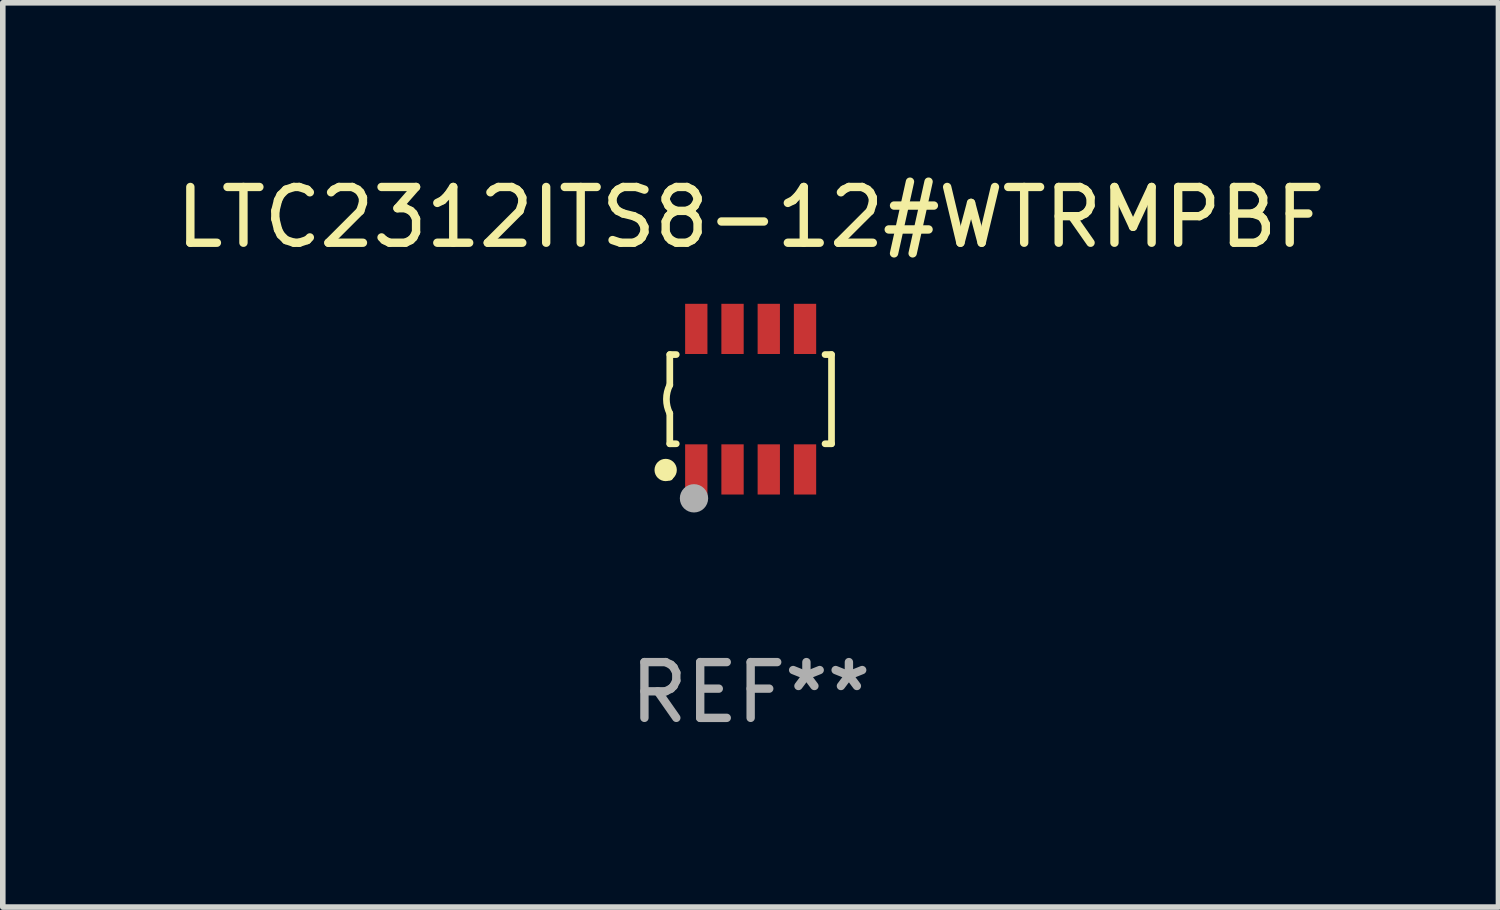
<source format=kicad_pcb>
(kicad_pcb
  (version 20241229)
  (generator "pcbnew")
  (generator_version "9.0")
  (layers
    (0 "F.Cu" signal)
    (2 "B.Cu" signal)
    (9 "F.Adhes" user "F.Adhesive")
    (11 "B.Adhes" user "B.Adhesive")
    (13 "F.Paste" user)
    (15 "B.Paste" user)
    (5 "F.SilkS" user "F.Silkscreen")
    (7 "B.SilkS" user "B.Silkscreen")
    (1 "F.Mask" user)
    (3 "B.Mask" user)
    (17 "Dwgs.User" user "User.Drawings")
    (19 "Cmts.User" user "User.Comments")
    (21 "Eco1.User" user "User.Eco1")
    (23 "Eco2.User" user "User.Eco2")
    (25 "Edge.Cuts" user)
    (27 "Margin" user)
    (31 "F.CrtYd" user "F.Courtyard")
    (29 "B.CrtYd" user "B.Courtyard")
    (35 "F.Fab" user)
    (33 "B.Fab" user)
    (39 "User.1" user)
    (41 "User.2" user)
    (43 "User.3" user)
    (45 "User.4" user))
  (footprint "LTC2312ITS8-12#WTRMPBF"
    (layer "F.Cu")
    (at 10.411 4.108)
    (property "Reference" "LTC2312ITS8-12#WTRMPBF" (at 0 -3.26 0) (layer "F.SilkS") (effects (font (size 1 1) (thickness 0.15))))
    (attr through_hole)
    (fp_line (start -1.45 -0.8) (end -1.45 -0.254) (stroke (width 0.12) (type solid)) (layer "F.SilkS"))
    (fp_line (start -1.45 -0.8) (end -1.334 -0.8) (stroke (width 0.12) (type solid)) (layer "F.SilkS"))
    (fp_line (start -1.45 0.8) (end -1.45 0.254) (stroke (width 0.12) (type solid)) (layer "F.SilkS"))
    (fp_line (start -1.45 0.8) (end -1.334 0.8) (stroke (width 0.12) (type solid)) (layer "F.SilkS"))
    (fp_line (start 1.334 -0.8) (end 1.45 -0.8) (stroke (width 0.12) (type solid)) (layer "F.SilkS"))
    (fp_line (start 1.334 0.8) (end 1.45 0.8) (stroke (width 0.12) (type solid)) (layer "F.SilkS"))
    (fp_line (start 1.45 0.8) (end 1.45 -0.8) (stroke (width 0.12) (type solid)) (layer "F.SilkS"))
    (fp_arc (start -1.45075 0.255144) (mid -1.510605 0.000434) (end -1.450013 -0.254102) (stroke (width 0.11999) (type solid)) (layer "F.SilkS"))
    (fp_circle (center -1.524 1.27) (end -1.424 1.27) (stroke (width 0.2) (type solid)) (fill no) (layer "F.SilkS"))
    (fp_circle (center -1.45 1.4) (end -1.42 1.4) (stroke (width 0.06) (type solid)) (fill no) (layer "F.SilkS"))
    (fp_circle (center -1.016 1.778) (end -0.889 1.778) (stroke (width 0.254) (type solid)) (fill no) (layer "F.Fab"))
    (fp_text user "REF**" (at 0 5.26 0) (layer "F.Fab") (effects (font (size 1 1) (thickness 0.15))))
    (pad "1" smd rect (at -0.975 1.26) (size 0.4 0.9) (layers "F.Cu" "F.Mask" "F.Paste"))
    (pad "2" smd rect (at -0.325 1.26) (size 0.4 0.9) (layers "F.Cu" "F.Mask" "F.Paste"))
    (pad "3" smd rect (at 0.325 1.26) (size 0.4 0.9) (layers "F.Cu" "F.Mask" "F.Paste"))
    (pad "4" smd rect (at 0.975 1.26) (size 0.4 0.9) (layers "F.Cu" "F.Mask" "F.Paste"))
    (pad "5" smd rect (at 0.975 -1.26) (size 0.4 0.9) (layers "F.Cu" "F.Mask" "F.Paste"))
    (pad "6" smd rect (at 0.325 -1.26) (size 0.4 0.9) (layers "F.Cu" "F.Mask" "F.Paste"))
    (pad "7" smd rect (at -0.325 -1.26) (size 0.4 0.9) (layers "F.Cu" "F.Mask" "F.Paste"))
    (pad "8" smd rect (at -0.975 -1.26) (size 0.4 0.9) (layers "F.Cu" "F.Mask" "F.Paste")))
  (gr_rect
    (start -3 -3)
    (end 23.821 13.216)
    (stroke (width 0.1) (type default))
    (fill no)
    (layer "Edge.Cuts")))
</source>
